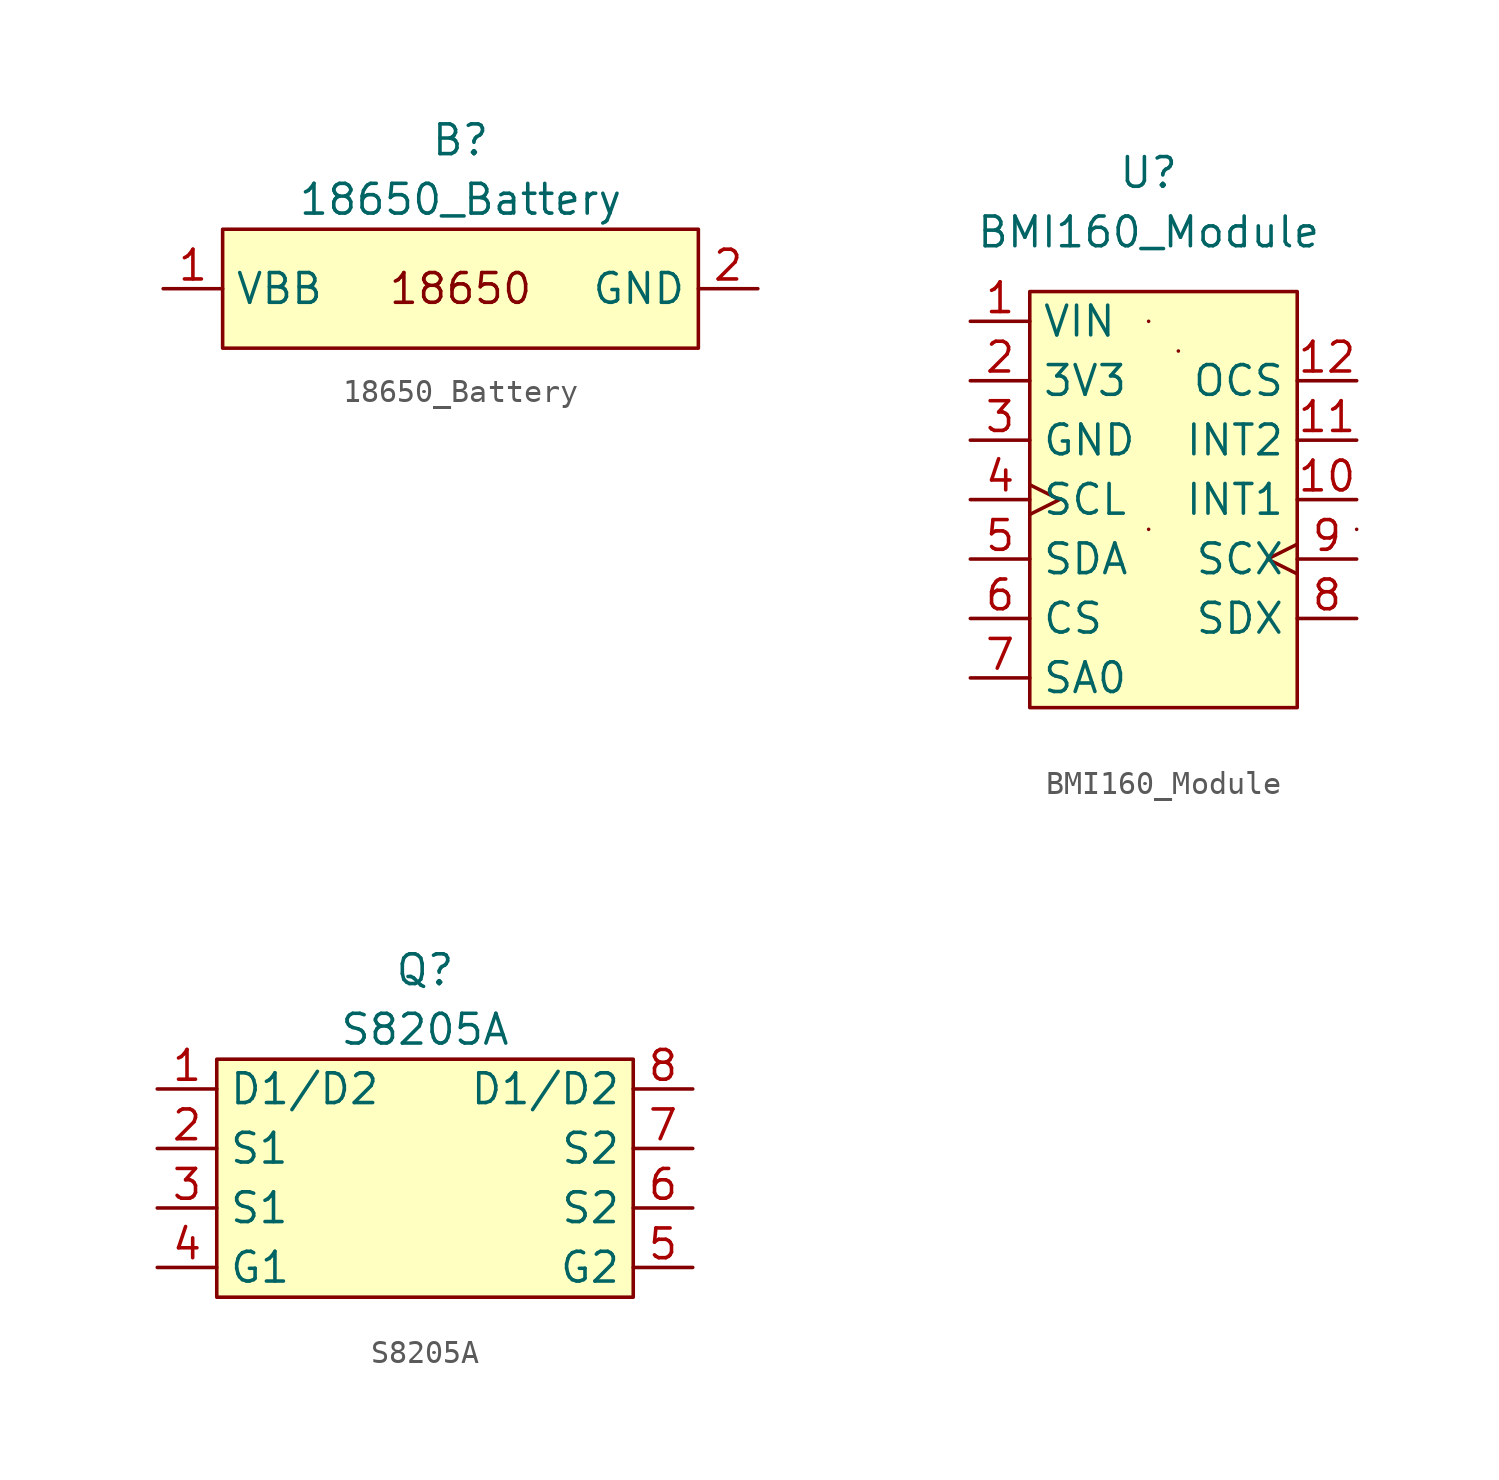
<source format=kicad_sym>
(kicad_symbol_lib
  (version 20220914)
  (generator kicad_symbol_editor)
  (symbol "18650_Battery"
    (property "Reference" "B"
      (at 0 2.54 0)
      (effects (font (size 1.27 1.27))))
    (property "Value" "18650_Battery"
      (at 0 0 0)
      (effects (font (size 1.27 1.27))))
    (symbol "18650_Battery_0_0"
      (text "18650" (at 0 -3.81 0) (effects (font (size 1.27 1.27)))))
    (symbol "18650_Battery_0_1"
      (rectangle (start -10.16 -1.27) (end 10.16 -6.35) (stroke (width 0) (type default)) (fill (type background))))
    (symbol "18650_Battery_1_1"
      (pin power_out line (at -12.7 -3.81 0) (length 2.54) (name "VBB" (effects (font (size 1.27 1.27)))) (number "1" (effects (font (size 1.27 1.27)))))
      (pin power_out line (at 12.7 -3.81 180) (length 2.54) (name "GND" (effects (font (size 1.27 1.27)))) (number "2" (effects (font (size 1.27 1.27)))))))
  (symbol "BMI160_Module"
    (property "Reference" "U"
      (at -5.08 7.62 0)
      (effects (font (size 1.27 1.27))))
    (property "Value" "BMI160_Module"
      (at -5.08 5.08 0)
      (effects (font (size 1.27 1.27))))
    (symbol "BMI160_Module_0_1"
      (rectangle (start -10.16 2.54) (end 1.27 -15.24) (stroke (width 0) (type default)) (fill (type background)))
      (rectangle (start -5.08 -7.62) (end -5.08 -7.62) (stroke (width 0) (type default)) (fill (type none)))
      (rectangle (start -5.08 1.27) (end -5.08 1.27) (stroke (width 0) (type default)) (fill (type none)))
      (rectangle (start -3.81 0) (end -3.81 0) (stroke (width 0) (type default)) (fill (type none)))
      (rectangle (start 3.81 -7.62) (end 3.81 -7.62) (stroke (width 0) (type default)) (fill (type none))))
    (symbol "BMI160_Module_1_1"
      (pin power_in line (at -12.7 1.27 0) (length 2.54) (name "VIN" (effects (font (size 1.27 1.27)))) (number "1" (effects (font (size 1.27 1.27)))))
      (pin output line (at 3.81 -6.35 180) (length 2.54) (name "INT1" (effects (font (size 1.27 1.27)))) (number "10" (effects (font (size 1.27 1.27)))))
      (pin output line (at 3.81 -3.81 180) (length 2.54) (name "INT2" (effects (font (size 1.27 1.27)))) (number "11" (effects (font (size 1.27 1.27)))))
      (pin output line (at 3.81 -1.27 180) (length 2.54) (name "OCS" (effects (font (size 1.27 1.27)))) (number "12" (effects (font (size 1.27 1.27)))))
      (pin power_in line (at -12.7 -1.27 0) (length 2.54) (name "3V3" (effects (font (size 1.27 1.27)))) (number "2" (effects (font (size 1.27 1.27)))))
      (pin power_in line (at -12.7 -3.81 0) (length 2.54) (name "GND" (effects (font (size 1.27 1.27)))) (number "3" (effects (font (size 1.27 1.27)))))
      (pin input clock (at -12.7 -6.35 0) (length 2.54) (name "SCL" (effects (font (size 1.27 1.27)))) (number "4" (effects (font (size 1.27 1.27)))))
      (pin bidirectional line (at -12.7 -8.89 0) (length 2.54) (name "SDA" (effects (font (size 1.27 1.27)))) (number "5" (effects (font (size 1.27 1.27)))))
      (pin input line (at -12.7 -11.43 0) (length 2.54) (name "CS" (effects (font (size 1.27 1.27)))) (number "6" (effects (font (size 1.27 1.27)))))
      (pin input line (at -12.7 -13.97 0) (length 2.54) (name "SA0" (effects (font (size 1.27 1.27)))) (number "7" (effects (font (size 1.27 1.27)))))
      (pin bidirectional line (at 3.81 -11.43 180) (length 2.54) (name "SDX" (effects (font (size 1.27 1.27)))) (number "8" (effects (font (size 1.27 1.27)))))
      (pin output clock (at 3.81 -8.89 180) (length 2.54) (name "SCX" (effects (font (size 1.27 1.27)))) (number "9" (effects (font (size 1.27 1.27)))))))
  (symbol "S8205A"
    (property "Reference" "Q"
      (at 0 3.81 0)
      (effects (font (size 1.27 1.27))))
    (property "Value" "S8205A"
      (at 0 1.27 0)
      (effects (font (size 1.27 1.27))))
    (symbol "S8205A_0_0"
      (rectangle (start -8.89 0) (end 8.89 -10.16) (stroke (width 0) (type default)) (fill (type background))))
    (symbol "S8205A_1_1"
      (pin bidirectional line (at -11.43 -1.27 0) (length 2.54) (name "D1/D2" (effects (font (size 1.27 1.27)))) (number "1" (effects (font (size 1.27 1.27)))))
      (pin power_in line (at -11.43 -3.81 0) (length 2.54) (name "S1" (effects (font (size 1.27 1.27)))) (number "2" (effects (font (size 1.27 1.27)))))
      (pin power_in line (at -11.43 -6.35 0) (length 2.54) (name "S1" (effects (font (size 1.27 1.27)))) (number "3" (effects (font (size 1.27 1.27)))))
      (pin input line (at -11.43 -8.89 0) (length 2.54) (name "G1" (effects (font (size 1.27 1.27)))) (number "4" (effects (font (size 1.27 1.27)))))
      (pin input line (at 11.43 -8.89 180) (length 2.54) (name "G2" (effects (font (size 1.27 1.27)))) (number "5" (effects (font (size 1.27 1.27)))))
      (pin power_in line (at 11.43 -6.35 180) (length 2.54) (name "S2" (effects (font (size 1.27 1.27)))) (number "6" (effects (font (size 1.27 1.27)))))
      (pin power_in line (at 11.43 -3.81 180) (length 2.54) (name "S2" (effects (font (size 1.27 1.27)))) (number "7" (effects (font (size 1.27 1.27)))))
      (pin bidirectional line (at 11.43 -1.27 180) (length 2.54) (name "D1/D2" (effects (font (size 1.27 1.27)))) (number "8" (effects (font (size 1.27 1.27))))))))
</source>
